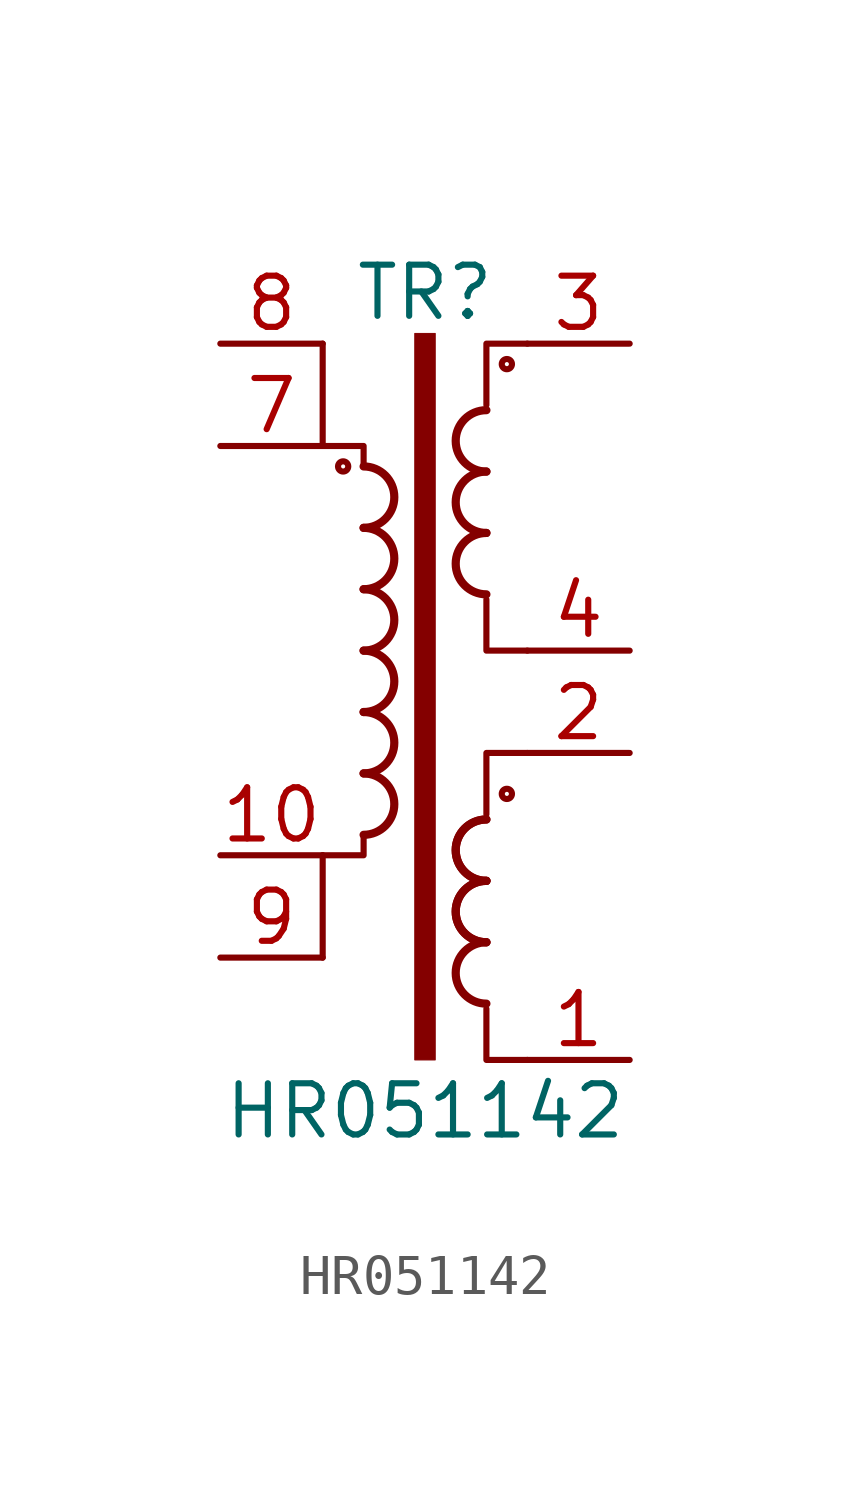
<source format=kicad_sym>
(kicad_symbol_lib
  (version 20211014)
  (generator kicad_symbol_editor)
  (symbol "HR051142"
    (property "Reference" "TR"
      (at 0 8.89 0)
      (effects (font (size 1.27 1.27))))
    (property "Value" "HR051142"
      (at 0 -11.43 0)
      (effects (font (size 1.27 1.27))))
    (symbol "HR051142_0_1"
      (circle (center -2.032 4.572) (radius 0.127) (stroke (width 0) (type default) (color 0 0 0 0)) (fill (type none)))
      (arc (start -1.524 -4.572) (mid -0.762 -3.81) (end -1.524 -3.048) (stroke (width 0.2032) (type default) (color 0 0 0 0)) (fill (type none)))
      (arc (start -1.524 -3.048) (mid -0.762 -2.286) (end -1.524 -1.524) (stroke (width 0.2032) (type default) (color 0 0 0 0)) (fill (type none)))
      (arc (start -1.524 -1.524) (mid -0.762 -0.762) (end -1.524 0) (stroke (width 0.2032) (type default) (color 0 0 0 0)) (fill (type none)))
      (arc (start -1.524 0) (mid -0.762 0.762) (end -1.524 1.524) (stroke (width 0.2032) (type default) (color 0 0 0 0)) (fill (type none)))
      (arc (start -1.524 1.524) (mid -0.762 2.286) (end -1.524 3.048) (stroke (width 0.2032) (type default) (color 0 0 0 0)) (fill (type none)))
      (arc (start -1.524 3.048) (mid -0.762 3.81) (end -1.524 4.572) (stroke (width 0.2032) (type default) (color 0 0 0 0)) (fill (type none)))
      (rectangle (start -0.254 7.874) (end 0.254 -10.16) (stroke (width 0.025) (type default) (color 0 0 0 0)) (fill (type outline)))
      (polyline (pts (xy -2.54 -7.62) (xy -2.54 -5.08)) (stroke (width 0) (type default) (color 0 0 0 0)) (fill (type none)))
      (polyline (pts (xy -2.54 7.62) (xy -2.54 5.08)) (stroke (width 0) (type default) (color 0 0 0 0)) (fill (type none)))
      (polyline (pts (xy -1.524 -4.572) (xy -1.524 -5.08) (xy -2.54 -5.08)) (stroke (width 0) (type default) (color 0 0 0 0)) (fill (type none)))
      (polyline (pts (xy -1.524 4.572) (xy -1.524 5.08) (xy -2.54 5.08)) (stroke (width 0) (type default) (color 0 0 0 0)) (fill (type none)))
      (polyline (pts (xy 1.524 -8.89) (xy 1.524 -10.16) (xy 2.54 -10.16)) (stroke (width 0) (type default) (color 0 0 0 0)) (fill (type none)))
      (polyline (pts (xy 2.54 -2.54) (xy 1.524 -2.54) (xy 1.524 -4.064)) (stroke (width 0) (type default) (color 0 0 0 0)) (fill (type none)))
      (polyline (pts (xy 2.54 0) (xy 1.524 0) (xy 1.524 1.27)) (stroke (width 0) (type default) (color 0 0 0 0)) (fill (type none)))
      (polyline (pts (xy 2.54 7.62) (xy 1.524 7.62) (xy 1.524 6.096)) (stroke (width 0) (type default) (color 0 0 0 0)) (fill (type none)))
      (arc (start 1.524 -7.239) (mid 0.762 -8.001) (end 1.524 -8.763) (stroke (width 0.2032) (type default) (color 0 0 0 0)) (fill (type none)))
      (arc (start 1.524 -5.715) (mid 0.762 -6.477) (end 1.524 -7.239) (stroke (width 0.2032) (type default) (color 0 0 0 0)) (fill (type none)))
      (arc (start 1.524 -5.715) (mid 0.762 -6.477) (end 1.524 -7.239) (stroke (width 0.2032) (type default) (color 0 0 0 0)) (fill (type none)))
      (arc (start 1.524 -4.191) (mid 0.762 -4.953) (end 1.524 -5.715) (stroke (width 0.2032) (type default) (color 0 0 0 0)) (fill (type none)))
      (arc (start 1.524 -4.191) (mid 0.762 -4.953) (end 1.524 -5.715) (stroke (width 0.2032) (type default) (color 0 0 0 0)) (fill (type none)))
      (arc (start 1.524 2.921) (mid 0.762 2.159) (end 1.524 1.397) (stroke (width 0.2032) (type default) (color 0 0 0 0)) (fill (type none)))
      (arc (start 1.524 4.445) (mid 0.762 3.683) (end 1.524 2.921) (stroke (width 0.2032) (type default) (color 0 0 0 0)) (fill (type none)))
      (arc (start 1.524 5.969) (mid 0.762 5.207) (end 1.524 4.445) (stroke (width 0.2032) (type default) (color 0 0 0 0)) (fill (type none)))
      (circle (center 2.032 -3.556) (radius 0.127) (stroke (width 0) (type default) (color 0 0 0 0)) (fill (type none)))
      (circle (center 2.032 7.112) (radius 0.127) (stroke (width 0) (type default) (color 0 0 0 0)) (fill (type none))))
    (symbol "HR051142_1_1"
      (pin passive line (at 5.08 -10.16 180) (length 2.54) (name "~" (effects (font (size 1.27 1.27)))) (number "1" (effects (font (size 1.27 1.27)))))
      (pin passive line (at -5.08 -5.08 0) (length 2.54) (name "~" (effects (font (size 1.27 1.27)))) (number "10" (effects (font (size 1.27 1.27)))))
      (pin passive line (at 5.08 -2.54 180) (length 2.54) (name "~" (effects (font (size 1.27 1.27)))) (number "2" (effects (font (size 1.27 1.27)))))
      (pin passive line (at 5.08 7.62 180) (length 2.54) (name "~" (effects (font (size 1.27 1.27)))) (number "3" (effects (font (size 1.27 1.27)))))
      (pin passive line (at 5.08 0 180) (length 2.54) (name "~" (effects (font (size 1.27 1.27)))) (number "4" (effects (font (size 1.27 1.27)))))
      (pin passive line (at -5.08 5.08 0) (length 2.54) (name "~" (effects (font (size 1.27 1.27)))) (number "7" (effects (font (size 1.27 1.27)))))
      (pin passive line (at -5.08 7.62 0) (length 2.54) (name "~" (effects (font (size 1.27 1.27)))) (number "8" (effects (font (size 1.27 1.27)))))
      (pin passive line (at -5.08 -7.62 0) (length 2.54) (name "~" (effects (font (size 1.27 1.27)))) (number "9" (effects (font (size 1.27 1.27))))))))
</source>
